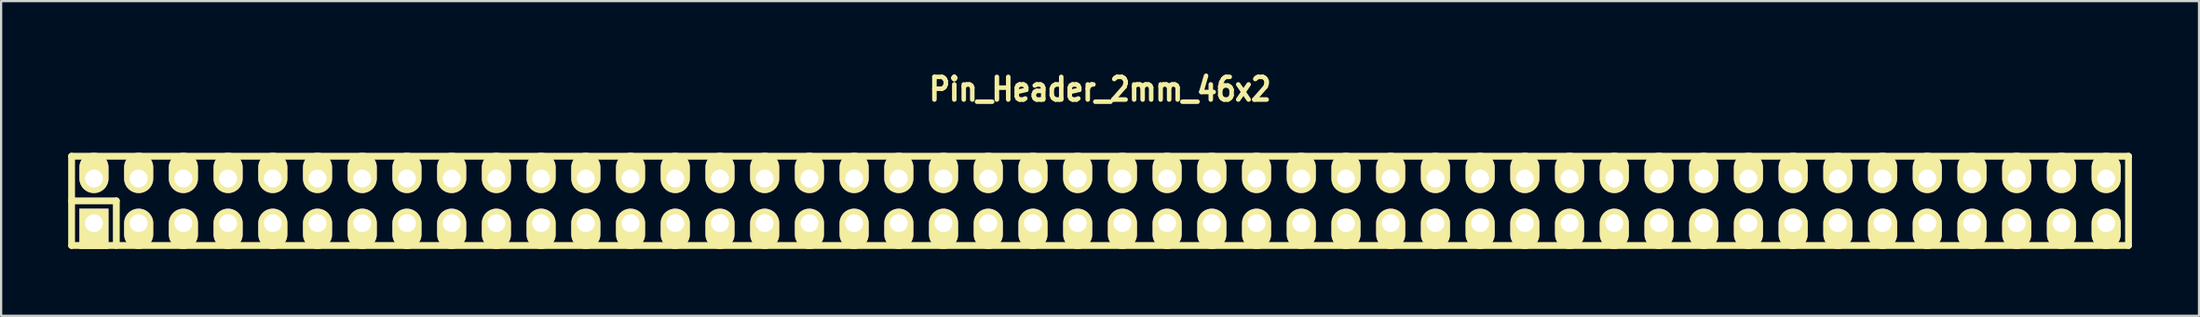
<source format=kicad_pcb>
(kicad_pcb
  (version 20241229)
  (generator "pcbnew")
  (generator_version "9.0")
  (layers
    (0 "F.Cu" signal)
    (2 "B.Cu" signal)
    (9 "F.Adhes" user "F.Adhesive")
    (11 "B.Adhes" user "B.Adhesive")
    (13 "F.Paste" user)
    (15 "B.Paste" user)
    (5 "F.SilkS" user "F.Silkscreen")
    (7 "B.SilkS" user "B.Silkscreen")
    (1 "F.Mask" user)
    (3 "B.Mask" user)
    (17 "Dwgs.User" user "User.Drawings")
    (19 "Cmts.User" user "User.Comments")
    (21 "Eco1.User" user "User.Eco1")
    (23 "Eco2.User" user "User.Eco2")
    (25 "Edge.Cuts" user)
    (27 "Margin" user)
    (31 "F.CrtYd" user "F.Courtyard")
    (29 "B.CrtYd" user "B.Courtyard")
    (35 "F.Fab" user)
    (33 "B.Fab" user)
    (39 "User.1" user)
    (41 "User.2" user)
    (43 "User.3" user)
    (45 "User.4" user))
  (footprint "Pin_Header_2mm_46x2"
    (layer "F.Cu")
    (at 46.152 5.951)
    (property "Reference" "Pin_Header_2mm_46x2" (at 0 -5 0) (layer "F.SilkS") (effects (font (size 1.016 0.889) (thickness 0.203))))
    (attr through_hole)
    (fp_line (start -46 -2) (end 46 -2) (stroke (width 0.305) (type solid)) (layer "F.SilkS"))
    (fp_line (start -46 0) (end -44 0) (stroke (width 0.305) (type solid)) (layer "F.SilkS"))
    (fp_line (start -46 2) (end -46 -2) (stroke (width 0.305) (type solid)) (layer "F.SilkS"))
    (fp_line (start -44 0) (end -44 2) (stroke (width 0.305) (type solid)) (layer "F.SilkS"))
    (fp_line (start 46 -2) (end 46 2) (stroke (width 0.305) (type solid)) (layer "F.SilkS"))
    (fp_line (start 46 2) (end -46 2) (stroke (width 0.305) (type solid)) (layer "F.SilkS"))
    (pad "1" thru_hole rect (at -45 1) (size 1.3 1.8) (drill 0.8 (offset 0 0.25)) (layers "*.Cu" "*.Mask" "F.SilkS"))
    (pad "2" thru_hole oval (at -45 -1) (size 1.3 1.8) (drill 0.8 (offset 0 -0.25)) (layers "*.Cu" "*.Mask" "F.SilkS"))
    (pad "3" thru_hole oval (at -43 1) (size 1.3 1.8) (drill 0.8 (offset 0 0.25)) (layers "*.Cu" "*.Mask" "F.SilkS"))
    (pad "4" thru_hole oval (at -43 -1) (size 1.3 1.8) (drill 0.8 (offset 0 -0.25)) (layers "*.Cu" "*.Mask" "F.SilkS"))
    (pad "5" thru_hole oval (at -41 1) (size 1.3 1.8) (drill 0.8 (offset 0 0.25)) (layers "*.Cu" "*.Mask" "F.SilkS"))
    (pad "6" thru_hole oval (at -41 -1) (size 1.3 1.8) (drill 0.8 (offset 0 -0.25)) (layers "*.Cu" "*.Mask" "F.SilkS"))
    (pad "7" thru_hole oval (at -39 1) (size 1.3 1.8) (drill 0.8 (offset 0 0.25)) (layers "*.Cu" "*.Mask" "F.SilkS"))
    (pad "8" thru_hole oval (at -39 -1) (size 1.3 1.8) (drill 0.8 (offset 0 -0.25)) (layers "*.Cu" "*.Mask" "F.SilkS"))
    (pad "9" thru_hole oval (at -37 1) (size 1.3 1.8) (drill 0.8 (offset 0 0.25)) (layers "*.Cu" "*.Mask" "F.SilkS"))
    (pad "10" thru_hole oval (at -37 -1) (size 1.3 1.8) (drill 0.8 (offset 0 -0.25)) (layers "*.Cu" "*.Mask" "F.SilkS"))
    (pad "11" thru_hole oval (at -35 1) (size 1.3 1.8) (drill 0.8 (offset 0 0.25)) (layers "*.Cu" "*.Mask" "F.SilkS"))
    (pad "12" thru_hole oval (at -35 -1) (size 1.3 1.8) (drill 0.8 (offset 0 -0.25)) (layers "*.Cu" "*.Mask" "F.SilkS"))
    (pad "13" thru_hole oval (at -33 1) (size 1.3 1.8) (drill 0.8 (offset 0 0.25)) (layers "*.Cu" "*.Mask" "F.SilkS"))
    (pad "14" thru_hole oval (at -33 -1) (size 1.3 1.8) (drill 0.8 (offset 0 -0.25)) (layers "*.Cu" "*.Mask" "F.SilkS"))
    (pad "15" thru_hole oval (at -31 1) (size 1.3 1.8) (drill 0.8 (offset 0 0.25)) (layers "*.Cu" "*.Mask" "F.SilkS"))
    (pad "16" thru_hole oval (at -31 -1) (size 1.3 1.8) (drill 0.8 (offset 0 -0.25)) (layers "*.Cu" "*.Mask" "F.SilkS"))
    (pad "17" thru_hole oval (at -29 1) (size 1.3 1.8) (drill 0.8 (offset 0 0.25)) (layers "*.Cu" "*.Mask" "F.SilkS"))
    (pad "18" thru_hole oval (at -29 -1) (size 1.3 1.8) (drill 0.8 (offset 0 -0.25)) (layers "*.Cu" "*.Mask" "F.SilkS"))
    (pad "19" thru_hole oval (at -27 1) (size 1.3 1.8) (drill 0.8 (offset 0 0.25)) (layers "*.Cu" "*.Mask" "F.SilkS"))
    (pad "20" thru_hole oval (at -27 -1) (size 1.3 1.8) (drill 0.8 (offset 0 -0.25)) (layers "*.Cu" "*.Mask" "F.SilkS"))
    (pad "21" thru_hole oval (at -25 1) (size 1.3 1.8) (drill 0.8 (offset 0 0.25)) (layers "*.Cu" "*.Mask" "F.SilkS"))
    (pad "22" thru_hole oval (at -25 -1) (size 1.3 1.8) (drill 0.8 (offset 0 -0.25)) (layers "*.Cu" "*.Mask" "F.SilkS"))
    (pad "23" thru_hole oval (at -23 1) (size 1.3 1.8) (drill 0.8 (offset 0 0.25)) (layers "*.Cu" "*.Mask" "F.SilkS"))
    (pad "24" thru_hole oval (at -23 -1) (size 1.3 1.8) (drill 0.8 (offset 0 -0.25)) (layers "*.Cu" "*.Mask" "F.SilkS"))
    (pad "25" thru_hole oval (at -21 1) (size 1.3 1.8) (drill 0.8 (offset 0 0.25)) (layers "*.Cu" "*.Mask" "F.SilkS"))
    (pad "26" thru_hole oval (at -21 -1) (size 1.3 1.8) (drill 0.8 (offset 0 -0.25)) (layers "*.Cu" "*.Mask" "F.SilkS"))
    (pad "27" thru_hole oval (at -19 1) (size 1.3 1.8) (drill 0.8 (offset 0 0.25)) (layers "*.Cu" "*.Mask" "F.SilkS"))
    (pad "28" thru_hole oval (at -19 -1) (size 1.3 1.8) (drill 0.8 (offset 0 -0.25)) (layers "*.Cu" "*.Mask" "F.SilkS"))
    (pad "29" thru_hole oval (at -17 1) (size 1.3 1.8) (drill 0.8 (offset 0 0.25)) (layers "*.Cu" "*.Mask" "F.SilkS"))
    (pad "30" thru_hole oval (at -17 -1) (size 1.3 1.8) (drill 0.8 (offset 0 -0.25)) (layers "*.Cu" "*.Mask" "F.SilkS"))
    (pad "31" thru_hole oval (at -15 1) (size 1.3 1.8) (drill 0.8 (offset 0 0.25)) (layers "*.Cu" "*.Mask" "F.SilkS"))
    (pad "32" thru_hole oval (at -15 -1) (size 1.3 1.8) (drill 0.8 (offset 0 -0.25)) (layers "*.Cu" "*.Mask" "F.SilkS"))
    (pad "33" thru_hole oval (at -13 1) (size 1.3 1.8) (drill 0.8 (offset 0 0.25)) (layers "*.Cu" "*.Mask" "F.SilkS"))
    (pad "34" thru_hole oval (at -13 -1) (size 1.3 1.8) (drill 0.8 (offset 0 -0.25)) (layers "*.Cu" "*.Mask" "F.SilkS"))
    (pad "35" thru_hole oval (at -11 1) (size 1.3 1.8) (drill 0.8 (offset 0 0.25)) (layers "*.Cu" "*.Mask" "F.SilkS"))
    (pad "36" thru_hole oval (at -11 -1) (size 1.3 1.8) (drill 0.8 (offset 0 -0.25)) (layers "*.Cu" "*.Mask" "F.SilkS"))
    (pad "37" thru_hole oval (at -9 1) (size 1.3 1.8) (drill 0.8 (offset 0 0.25)) (layers "*.Cu" "*.Mask" "F.SilkS"))
    (pad "38" thru_hole oval (at -9 -1) (size 1.3 1.8) (drill 0.8 (offset 0 -0.25)) (layers "*.Cu" "*.Mask" "F.SilkS"))
    (pad "39" thru_hole oval (at -7 1) (size 1.3 1.8) (drill 0.8 (offset 0 0.25)) (layers "*.Cu" "*.Mask" "F.SilkS"))
    (pad "40" thru_hole oval (at -7 -1) (size 1.3 1.8) (drill 0.8 (offset 0 -0.25)) (layers "*.Cu" "*.Mask" "F.SilkS"))
    (pad "41" thru_hole oval (at -5 1) (size 1.3 1.8) (drill 0.8 (offset 0 0.25)) (layers "*.Cu" "*.Mask" "F.SilkS"))
    (pad "42" thru_hole oval (at -5 -1) (size 1.3 1.8) (drill 0.8 (offset 0 -0.25)) (layers "*.Cu" "*.Mask" "F.SilkS"))
    (pad "43" thru_hole oval (at -3 1) (size 1.3 1.8) (drill 0.8 (offset 0 0.25)) (layers "*.Cu" "*.Mask" "F.SilkS"))
    (pad "44" thru_hole oval (at -3 -1) (size 1.3 1.8) (drill 0.8 (offset 0 -0.25)) (layers "*.Cu" "*.Mask" "F.SilkS"))
    (pad "45" thru_hole oval (at -1 1) (size 1.3 1.8) (drill 0.8 (offset 0 0.25)) (layers "*.Cu" "*.Mask" "F.SilkS"))
    (pad "46" thru_hole oval (at -1 -1) (size 1.3 1.8) (drill 0.8 (offset 0 -0.25)) (layers "*.Cu" "*.Mask" "F.SilkS"))
    (pad "47" thru_hole oval (at 1 1) (size 1.3 1.8) (drill 0.8 (offset 0 0.25)) (layers "*.Cu" "*.Mask" "F.SilkS"))
    (pad "48" thru_hole oval (at 1 -1) (size 1.3 1.8) (drill 0.8 (offset 0 -0.25)) (layers "*.Cu" "*.Mask" "F.SilkS"))
    (pad "49" thru_hole oval (at 3 1) (size 1.3 1.8) (drill 0.8 (offset 0 0.25)) (layers "*.Cu" "*.Mask" "F.SilkS"))
    (pad "50" thru_hole oval (at 3 -1) (size 1.3 1.8) (drill 0.8 (offset 0 -0.25)) (layers "*.Cu" "*.Mask" "F.SilkS"))
    (pad "51" thru_hole oval (at 5 1) (size 1.3 1.8) (drill 0.8 (offset 0 0.25)) (layers "*.Cu" "*.Mask" "F.SilkS"))
    (pad "52" thru_hole oval (at 5 -1) (size 1.3 1.8) (drill 0.8 (offset 0 -0.25)) (layers "*.Cu" "*.Mask" "F.SilkS"))
    (pad "53" thru_hole oval (at 7 1) (size 1.3 1.8) (drill 0.8 (offset 0 0.25)) (layers "*.Cu" "*.Mask" "F.SilkS"))
    (pad "54" thru_hole oval (at 7 -1) (size 1.3 1.8) (drill 0.8 (offset 0 -0.25)) (layers "*.Cu" "*.Mask" "F.SilkS"))
    (pad "55" thru_hole oval (at 9 1) (size 1.3 1.8) (drill 0.8 (offset 0 0.25)) (layers "*.Cu" "*.Mask" "F.SilkS"))
    (pad "56" thru_hole oval (at 9 -1) (size 1.3 1.8) (drill 0.8 (offset 0 -0.25)) (layers "*.Cu" "*.Mask" "F.SilkS"))
    (pad "57" thru_hole oval (at 11 1) (size 1.3 1.8) (drill 0.8 (offset 0 0.25)) (layers "*.Cu" "*.Mask" "F.SilkS"))
    (pad "58" thru_hole oval (at 11 -1) (size 1.3 1.8) (drill 0.8 (offset 0 -0.25)) (layers "*.Cu" "*.Mask" "F.SilkS"))
    (pad "59" thru_hole oval (at 13 1) (size 1.3 1.8) (drill 0.8 (offset 0 0.25)) (layers "*.Cu" "*.Mask" "F.SilkS"))
    (pad "60" thru_hole oval (at 13 -1) (size 1.3 1.8) (drill 0.8 (offset 0 -0.25)) (layers "*.Cu" "*.Mask" "F.SilkS"))
    (pad "61" thru_hole oval (at 15 1) (size 1.3 1.8) (drill 0.8 (offset 0 0.25)) (layers "*.Cu" "*.Mask" "F.SilkS"))
    (pad "62" thru_hole oval (at 15 -1) (size 1.3 1.8) (drill 0.8 (offset 0 -0.25)) (layers "*.Cu" "*.Mask" "F.SilkS"))
    (pad "63" thru_hole oval (at 17 1) (size 1.3 1.8) (drill 0.8 (offset 0 0.25)) (layers "*.Cu" "*.Mask" "F.SilkS"))
    (pad "64" thru_hole oval (at 17 -1) (size 1.3 1.8) (drill 0.8 (offset 0 -0.25)) (layers "*.Cu" "*.Mask" "F.SilkS"))
    (pad "65" thru_hole oval (at 19 1) (size 1.3 1.8) (drill 0.8 (offset 0 0.25)) (layers "*.Cu" "*.Mask" "F.SilkS"))
    (pad "66" thru_hole oval (at 19 -1) (size 1.3 1.8) (drill 0.8 (offset 0 -0.25)) (layers "*.Cu" "*.Mask" "F.SilkS"))
    (pad "67" thru_hole oval (at 21 1) (size 1.3 1.8) (drill 0.8 (offset 0 0.25)) (layers "*.Cu" "*.Mask" "F.SilkS"))
    (pad "68" thru_hole oval (at 21 -1) (size 1.3 1.8) (drill 0.8 (offset 0 -0.25)) (layers "*.Cu" "*.Mask" "F.SilkS"))
    (pad "69" thru_hole oval (at 23 1) (size 1.3 1.8) (drill 0.8 (offset 0 0.25)) (layers "*.Cu" "*.Mask" "F.SilkS"))
    (pad "70" thru_hole oval (at 23 -1) (size 1.3 1.8) (drill 0.8 (offset 0 -0.25)) (layers "*.Cu" "*.Mask" "F.SilkS"))
    (pad "71" thru_hole oval (at 25 1) (size 1.3 1.8) (drill 0.8 (offset 0 0.25)) (layers "*.Cu" "*.Mask" "F.SilkS"))
    (pad "72" thru_hole oval (at 25 -1) (size 1.3 1.8) (drill 0.8 (offset 0 -0.25)) (layers "*.Cu" "*.Mask" "F.SilkS"))
    (pad "73" thru_hole oval (at 27 1) (size 1.3 1.8) (drill 0.8 (offset 0 0.25)) (layers "*.Cu" "*.Mask" "F.SilkS"))
    (pad "74" thru_hole oval (at 27 -1) (size 1.3 1.8) (drill 0.8 (offset 0 -0.25)) (layers "*.Cu" "*.Mask" "F.SilkS"))
    (pad "75" thru_hole oval (at 29 1) (size 1.3 1.8) (drill 0.8 (offset 0 0.25)) (layers "*.Cu" "*.Mask" "F.SilkS"))
    (pad "76" thru_hole oval (at 29 -1) (size 1.3 1.8) (drill 0.8 (offset 0 -0.25)) (layers "*.Cu" "*.Mask" "F.SilkS"))
    (pad "77" thru_hole oval (at 31 1) (size 1.3 1.8) (drill 0.8 (offset 0 0.25)) (layers "*.Cu" "*.Mask" "F.SilkS"))
    (pad "78" thru_hole oval (at 31 -1) (size 1.3 1.8) (drill 0.8 (offset 0 -0.25)) (layers "*.Cu" "*.Mask" "F.SilkS"))
    (pad "79" thru_hole oval (at 33 1) (size 1.3 1.8) (drill 0.8 (offset 0 0.25)) (layers "*.Cu" "*.Mask" "F.SilkS"))
    (pad "80" thru_hole oval (at 33 -1) (size 1.3 1.8) (drill 0.8 (offset 0 -0.25)) (layers "*.Cu" "*.Mask" "F.SilkS"))
    (pad "81" thru_hole oval (at 35 1) (size 1.3 1.8) (drill 0.8 (offset 0 0.25)) (layers "*.Cu" "*.Mask" "F.SilkS"))
    (pad "82" thru_hole oval (at 35 -1) (size 1.3 1.8) (drill 0.8 (offset 0 -0.25)) (layers "*.Cu" "*.Mask" "F.SilkS"))
    (pad "83" thru_hole oval (at 37 1) (size 1.3 1.8) (drill 0.8 (offset 0 0.25)) (layers "*.Cu" "*.Mask" "F.SilkS"))
    (pad "84" thru_hole oval (at 37 -1) (size 1.3 1.8) (drill 0.8 (offset 0 -0.25)) (layers "*.Cu" "*.Mask" "F.SilkS"))
    (pad "85" thru_hole oval (at 39 1) (size 1.3 1.8) (drill 0.8 (offset 0 0.25)) (layers "*.Cu" "*.Mask" "F.SilkS"))
    (pad "86" thru_hole oval (at 39 -1) (size 1.3 1.8) (drill 0.8 (offset 0 -0.25)) (layers "*.Cu" "*.Mask" "F.SilkS"))
    (pad "87" thru_hole oval (at 41 1) (size 1.3 1.8) (drill 0.8 (offset 0 0.25)) (layers "*.Cu" "*.Mask" "F.SilkS"))
    (pad "88" thru_hole oval (at 41 -1) (size 1.3 1.8) (drill 0.8 (offset 0 -0.25)) (layers "*.Cu" "*.Mask" "F.SilkS"))
    (pad "89" thru_hole oval (at 43 1) (size 1.3 1.8) (drill 0.8 (offset 0 0.25)) (layers "*.Cu" "*.Mask" "F.SilkS"))
    (pad "90" thru_hole oval (at 43 -1) (size 1.3 1.8) (drill 0.8 (offset 0 -0.25)) (layers "*.Cu" "*.Mask" "F.SilkS"))
    (pad "91" thru_hole oval (at 45 1) (size 1.3 1.8) (drill 0.8 (offset 0 0.25)) (layers "*.Cu" "*.Mask" "F.SilkS"))
    (pad "92" thru_hole oval (at 45 -1) (size 1.3 1.8) (drill 0.8 (offset 0 -0.25)) (layers "*.Cu" "*.Mask" "F.SilkS")))
  (gr_rect
    (start -3 -3)
    (end 95.305 11.103)
    (stroke (width 0.1) (type default))
    (fill no)
    (layer "Edge.Cuts")))
</source>
